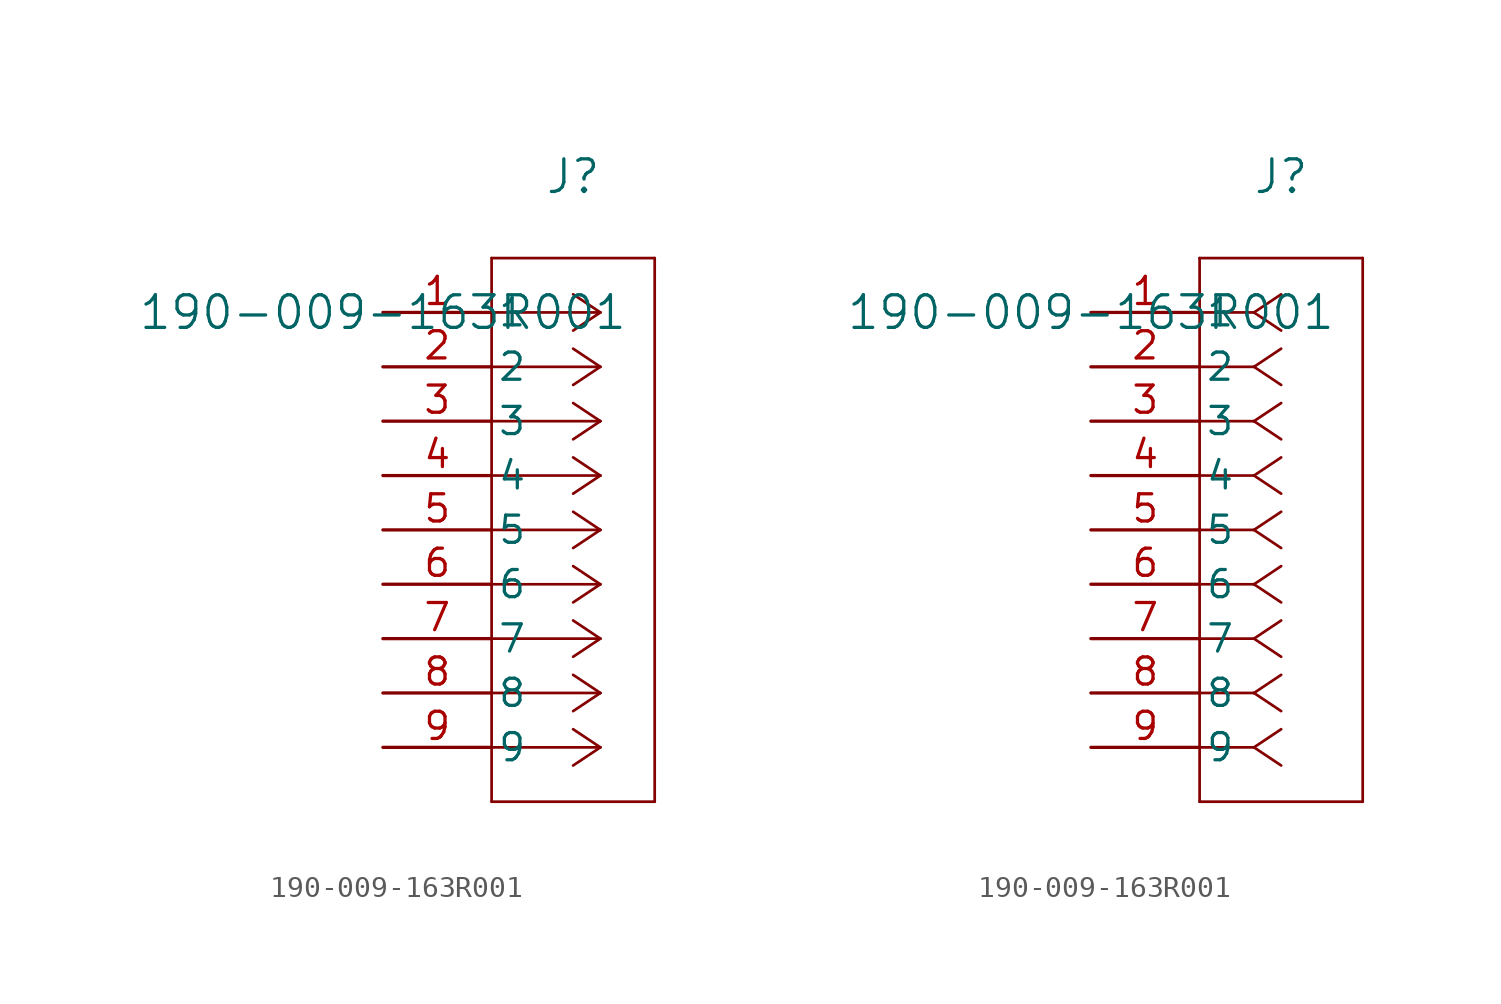
<source format=kicad_sym>
(kicad_symbol_lib
  (version 20211014)
  (generator kicad_symbol_editor)
  (symbol "190-009-163R001"
    (pin_names
      (offset 0.254))
    (property "Reference" "J"
      (at 8.89 6.35 0)
      (effects (font (size 1.524 1.524))))
    (property "Value" "190-009-163R001"
      (at 0 0 0)
      (effects (font (size 1.524 1.524))))
    (symbol "190-009-163R001_1_1"
      (polyline (pts (xy 10.16 0) (xy 5.08 0)) (stroke (width 0.127) (type default) (color 0 0 0 0)) (fill (type none)))
      (polyline (pts (xy 10.16 -2.54) (xy 5.08 -2.54)) (stroke (width 0.127) (type default) (color 0 0 0 0)) (fill (type none)))
      (polyline (pts (xy 10.16 -5.08) (xy 5.08 -5.08)) (stroke (width 0.127) (type default) (color 0 0 0 0)) (fill (type none)))
      (polyline (pts (xy 10.16 -7.62) (xy 5.08 -7.62)) (stroke (width 0.127) (type default) (color 0 0 0 0)) (fill (type none)))
      (polyline (pts (xy 10.16 -10.16) (xy 5.08 -10.16)) (stroke (width 0.127) (type default) (color 0 0 0 0)) (fill (type none)))
      (polyline (pts (xy 10.16 -12.7) (xy 5.08 -12.7)) (stroke (width 0.127) (type default) (color 0 0 0 0)) (fill (type none)))
      (polyline (pts (xy 10.16 -15.24) (xy 5.08 -15.24)) (stroke (width 0.127) (type default) (color 0 0 0 0)) (fill (type none)))
      (polyline (pts (xy 10.16 -17.78) (xy 5.08 -17.78)) (stroke (width 0.127) (type default) (color 0 0 0 0)) (fill (type none)))
      (polyline (pts (xy 10.16 -20.32) (xy 5.08 -20.32)) (stroke (width 0.127) (type default) (color 0 0 0 0)) (fill (type none)))
      (polyline (pts (xy 10.16 0) (xy 8.89 0.847)) (stroke (width 0.127) (type default) (color 0 0 0 0)) (fill (type none)))
      (polyline (pts (xy 10.16 -2.54) (xy 8.89 -1.693)) (stroke (width 0.127) (type default) (color 0 0 0 0)) (fill (type none)))
      (polyline (pts (xy 10.16 -5.08) (xy 8.89 -4.233)) (stroke (width 0.127) (type default) (color 0 0 0 0)) (fill (type none)))
      (polyline (pts (xy 10.16 -7.62) (xy 8.89 -6.773)) (stroke (width 0.127) (type default) (color 0 0 0 0)) (fill (type none)))
      (polyline (pts (xy 10.16 -10.16) (xy 8.89 -9.313)) (stroke (width 0.127) (type default) (color 0 0 0 0)) (fill (type none)))
      (polyline (pts (xy 10.16 -12.7) (xy 8.89 -11.853)) (stroke (width 0.127) (type default) (color 0 0 0 0)) (fill (type none)))
      (polyline (pts (xy 10.16 -15.24) (xy 8.89 -14.393)) (stroke (width 0.127) (type default) (color 0 0 0 0)) (fill (type none)))
      (polyline (pts (xy 10.16 -17.78) (xy 8.89 -16.933)) (stroke (width 0.127) (type default) (color 0 0 0 0)) (fill (type none)))
      (polyline (pts (xy 10.16 -20.32) (xy 8.89 -19.473)) (stroke (width 0.127) (type default) (color 0 0 0 0)) (fill (type none)))
      (polyline (pts (xy 10.16 0) (xy 8.89 -0.847)) (stroke (width 0.127) (type default) (color 0 0 0 0)) (fill (type none)))
      (polyline (pts (xy 10.16 -2.54) (xy 8.89 -3.387)) (stroke (width 0.127) (type default) (color 0 0 0 0)) (fill (type none)))
      (polyline (pts (xy 10.16 -5.08) (xy 8.89 -5.927)) (stroke (width 0.127) (type default) (color 0 0 0 0)) (fill (type none)))
      (polyline (pts (xy 10.16 -7.62) (xy 8.89 -8.467)) (stroke (width 0.127) (type default) (color 0 0 0 0)) (fill (type none)))
      (polyline (pts (xy 10.16 -10.16) (xy 8.89 -11.007)) (stroke (width 0.127) (type default) (color 0 0 0 0)) (fill (type none)))
      (polyline (pts (xy 10.16 -12.7) (xy 8.89 -13.547)) (stroke (width 0.127) (type default) (color 0 0 0 0)) (fill (type none)))
      (polyline (pts (xy 10.16 -15.24) (xy 8.89 -16.087)) (stroke (width 0.127) (type default) (color 0 0 0 0)) (fill (type none)))
      (polyline (pts (xy 10.16 -17.78) (xy 8.89 -18.627)) (stroke (width 0.127) (type default) (color 0 0 0 0)) (fill (type none)))
      (polyline (pts (xy 10.16 -20.32) (xy 8.89 -21.167)) (stroke (width 0.127) (type default) (color 0 0 0 0)) (fill (type none)))
      (polyline (pts (xy 5.08 2.54) (xy 5.08 -22.86)) (stroke (width 0.127) (type default) (color 0 0 0 0)) (fill (type none)))
      (polyline (pts (xy 5.08 -22.86) (xy 12.7 -22.86)) (stroke (width 0.127) (type default) (color 0 0 0 0)) (fill (type none)))
      (polyline (pts (xy 12.7 -22.86) (xy 12.7 2.54)) (stroke (width 0.127) (type default) (color 0 0 0 0)) (fill (type none)))
      (polyline (pts (xy 12.7 2.54) (xy 5.08 2.54)) (stroke (width 0.127) (type default) (color 0 0 0 0)) (fill (type none)))
      (pin unspecified line (at 0 0 0) (length 5.08) (name "1" (effects (font (size 1.27 1.27)))) (number "1" (effects (font (size 1.27 1.27)))))
      (pin unspecified line (at 0 -2.54 0) (length 5.08) (name "2" (effects (font (size 1.27 1.27)))) (number "2" (effects (font (size 1.27 1.27)))))
      (pin unspecified line (at 0 -5.08 0) (length 5.08) (name "3" (effects (font (size 1.27 1.27)))) (number "3" (effects (font (size 1.27 1.27)))))
      (pin unspecified line (at 0 -7.62 0) (length 5.08) (name "4" (effects (font (size 1.27 1.27)))) (number "4" (effects (font (size 1.27 1.27)))))
      (pin unspecified line (at 0 -10.16 0) (length 5.08) (name "5" (effects (font (size 1.27 1.27)))) (number "5" (effects (font (size 1.27 1.27)))))
      (pin unspecified line (at 0 -12.7 0) (length 5.08) (name "6" (effects (font (size 1.27 1.27)))) (number "6" (effects (font (size 1.27 1.27)))))
      (pin unspecified line (at 0 -15.24 0) (length 5.08) (name "7" (effects (font (size 1.27 1.27)))) (number "7" (effects (font (size 1.27 1.27)))))
      (pin unspecified line (at 0 -17.78 0) (length 5.08) (name "8" (effects (font (size 1.27 1.27)))) (number "8" (effects (font (size 1.27 1.27)))))
      (pin unspecified line (at 0 -20.32 0) (length 5.08) (name "9" (effects (font (size 1.27 1.27)))) (number "9" (effects (font (size 1.27 1.27))))))
    (symbol "190-009-163R001_1_2"
      (polyline (pts (xy 7.62 0) (xy 5.08 0)) (stroke (width 0.127) (type default) (color 0 0 0 0)) (fill (type none)))
      (polyline (pts (xy 7.62 -2.54) (xy 5.08 -2.54)) (stroke (width 0.127) (type default) (color 0 0 0 0)) (fill (type none)))
      (polyline (pts (xy 7.62 -5.08) (xy 5.08 -5.08)) (stroke (width 0.127) (type default) (color 0 0 0 0)) (fill (type none)))
      (polyline (pts (xy 7.62 -7.62) (xy 5.08 -7.62)) (stroke (width 0.127) (type default) (color 0 0 0 0)) (fill (type none)))
      (polyline (pts (xy 7.62 -10.16) (xy 5.08 -10.16)) (stroke (width 0.127) (type default) (color 0 0 0 0)) (fill (type none)))
      (polyline (pts (xy 7.62 -12.7) (xy 5.08 -12.7)) (stroke (width 0.127) (type default) (color 0 0 0 0)) (fill (type none)))
      (polyline (pts (xy 7.62 -15.24) (xy 5.08 -15.24)) (stroke (width 0.127) (type default) (color 0 0 0 0)) (fill (type none)))
      (polyline (pts (xy 7.62 -17.78) (xy 5.08 -17.78)) (stroke (width 0.127) (type default) (color 0 0 0 0)) (fill (type none)))
      (polyline (pts (xy 7.62 -20.32) (xy 5.08 -20.32)) (stroke (width 0.127) (type default) (color 0 0 0 0)) (fill (type none)))
      (polyline (pts (xy 7.62 0) (xy 8.89 0.847)) (stroke (width 0.127) (type default) (color 0 0 0 0)) (fill (type none)))
      (polyline (pts (xy 7.62 -2.54) (xy 8.89 -1.693)) (stroke (width 0.127) (type default) (color 0 0 0 0)) (fill (type none)))
      (polyline (pts (xy 7.62 -5.08) (xy 8.89 -4.233)) (stroke (width 0.127) (type default) (color 0 0 0 0)) (fill (type none)))
      (polyline (pts (xy 7.62 -7.62) (xy 8.89 -6.773)) (stroke (width 0.127) (type default) (color 0 0 0 0)) (fill (type none)))
      (polyline (pts (xy 7.62 -10.16) (xy 8.89 -9.313)) (stroke (width 0.127) (type default) (color 0 0 0 0)) (fill (type none)))
      (polyline (pts (xy 7.62 -12.7) (xy 8.89 -11.853)) (stroke (width 0.127) (type default) (color 0 0 0 0)) (fill (type none)))
      (polyline (pts (xy 7.62 -15.24) (xy 8.89 -14.393)) (stroke (width 0.127) (type default) (color 0 0 0 0)) (fill (type none)))
      (polyline (pts (xy 7.62 -17.78) (xy 8.89 -16.933)) (stroke (width 0.127) (type default) (color 0 0 0 0)) (fill (type none)))
      (polyline (pts (xy 7.62 -20.32) (xy 8.89 -19.473)) (stroke (width 0.127) (type default) (color 0 0 0 0)) (fill (type none)))
      (polyline (pts (xy 7.62 0) (xy 8.89 -0.847)) (stroke (width 0.127) (type default) (color 0 0 0 0)) (fill (type none)))
      (polyline (pts (xy 7.62 -2.54) (xy 8.89 -3.387)) (stroke (width 0.127) (type default) (color 0 0 0 0)) (fill (type none)))
      (polyline (pts (xy 7.62 -5.08) (xy 8.89 -5.927)) (stroke (width 0.127) (type default) (color 0 0 0 0)) (fill (type none)))
      (polyline (pts (xy 7.62 -7.62) (xy 8.89 -8.467)) (stroke (width 0.127) (type default) (color 0 0 0 0)) (fill (type none)))
      (polyline (pts (xy 7.62 -10.16) (xy 8.89 -11.007)) (stroke (width 0.127) (type default) (color 0 0 0 0)) (fill (type none)))
      (polyline (pts (xy 7.62 -12.7) (xy 8.89 -13.547)) (stroke (width 0.127) (type default) (color 0 0 0 0)) (fill (type none)))
      (polyline (pts (xy 7.62 -15.24) (xy 8.89 -16.087)) (stroke (width 0.127) (type default) (color 0 0 0 0)) (fill (type none)))
      (polyline (pts (xy 7.62 -17.78) (xy 8.89 -18.627)) (stroke (width 0.127) (type default) (color 0 0 0 0)) (fill (type none)))
      (polyline (pts (xy 7.62 -20.32) (xy 8.89 -21.167)) (stroke (width 0.127) (type default) (color 0 0 0 0)) (fill (type none)))
      (polyline (pts (xy 5.08 2.54) (xy 5.08 -22.86)) (stroke (width 0.127) (type default) (color 0 0 0 0)) (fill (type none)))
      (polyline (pts (xy 5.08 -22.86) (xy 12.7 -22.86)) (stroke (width 0.127) (type default) (color 0 0 0 0)) (fill (type none)))
      (polyline (pts (xy 12.7 -22.86) (xy 12.7 2.54)) (stroke (width 0.127) (type default) (color 0 0 0 0)) (fill (type none)))
      (polyline (pts (xy 12.7 2.54) (xy 5.08 2.54)) (stroke (width 0.127) (type default) (color 0 0 0 0)) (fill (type none)))
      (pin unspecified line (at 0 0 0) (length 5.08) (name "1" (effects (font (size 1.27 1.27)))) (number "1" (effects (font (size 1.27 1.27)))))
      (pin unspecified line (at 0 -2.54 0) (length 5.08) (name "2" (effects (font (size 1.27 1.27)))) (number "2" (effects (font (size 1.27 1.27)))))
      (pin unspecified line (at 0 -5.08 0) (length 5.08) (name "3" (effects (font (size 1.27 1.27)))) (number "3" (effects (font (size 1.27 1.27)))))
      (pin unspecified line (at 0 -7.62 0) (length 5.08) (name "4" (effects (font (size 1.27 1.27)))) (number "4" (effects (font (size 1.27 1.27)))))
      (pin unspecified line (at 0 -10.16 0) (length 5.08) (name "5" (effects (font (size 1.27 1.27)))) (number "5" (effects (font (size 1.27 1.27)))))
      (pin unspecified line (at 0 -12.7 0) (length 5.08) (name "6" (effects (font (size 1.27 1.27)))) (number "6" (effects (font (size 1.27 1.27)))))
      (pin unspecified line (at 0 -15.24 0) (length 5.08) (name "7" (effects (font (size 1.27 1.27)))) (number "7" (effects (font (size 1.27 1.27)))))
      (pin unspecified line (at 0 -17.78 0) (length 5.08) (name "8" (effects (font (size 1.27 1.27)))) (number "8" (effects (font (size 1.27 1.27)))))
      (pin unspecified line (at 0 -20.32 0) (length 5.08) (name "9" (effects (font (size 1.27 1.27)))) (number "9" (effects (font (size 1.27 1.27))))))))
</source>
